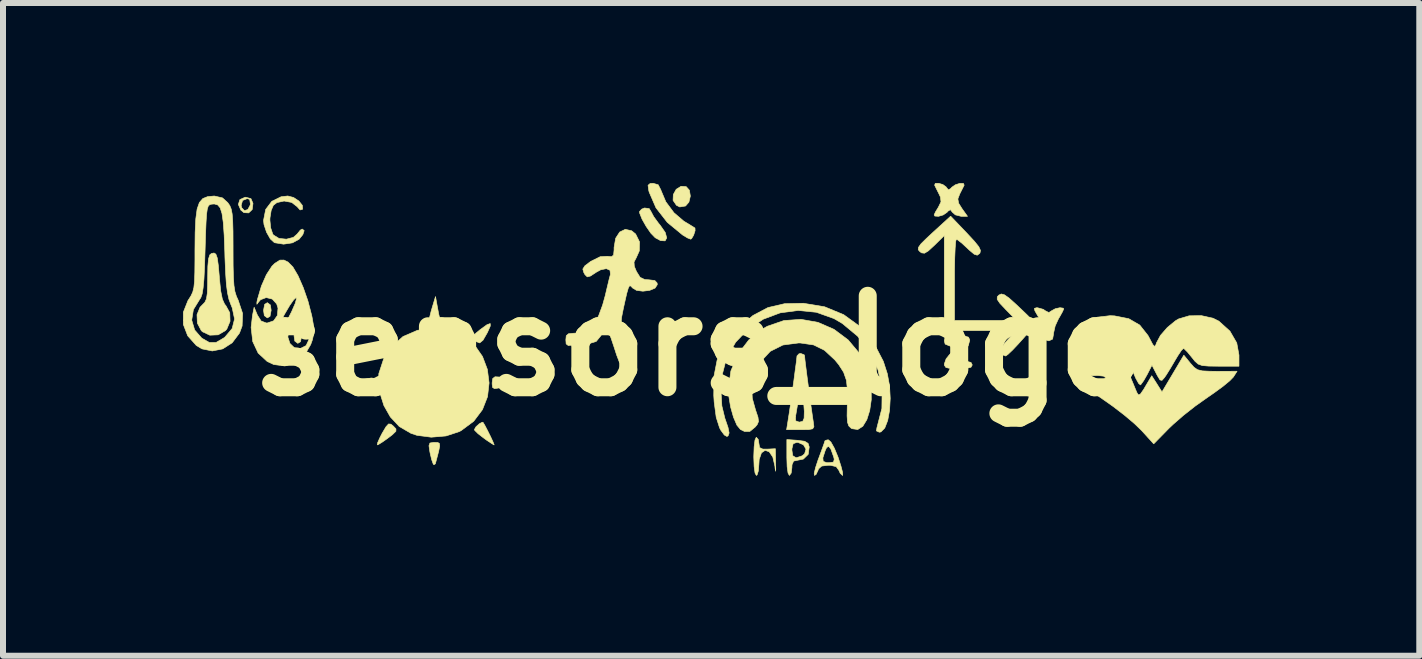
<source format=kicad_pcb>
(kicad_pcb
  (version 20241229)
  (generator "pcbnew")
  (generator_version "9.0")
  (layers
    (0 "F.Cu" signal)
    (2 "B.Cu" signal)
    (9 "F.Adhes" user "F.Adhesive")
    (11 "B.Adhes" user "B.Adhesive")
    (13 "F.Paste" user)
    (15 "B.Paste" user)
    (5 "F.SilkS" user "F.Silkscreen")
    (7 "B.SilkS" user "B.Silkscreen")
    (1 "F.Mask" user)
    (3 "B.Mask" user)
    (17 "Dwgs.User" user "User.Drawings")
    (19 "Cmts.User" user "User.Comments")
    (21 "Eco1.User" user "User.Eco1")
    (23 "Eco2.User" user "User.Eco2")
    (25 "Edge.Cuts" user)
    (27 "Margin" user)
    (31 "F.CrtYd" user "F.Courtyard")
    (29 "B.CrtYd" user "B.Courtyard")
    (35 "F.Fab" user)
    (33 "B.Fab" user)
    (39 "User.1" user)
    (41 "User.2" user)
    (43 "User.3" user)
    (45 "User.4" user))
  (footprint "sensors_logo"
    (layer "F.Cu")
    (at 8.581 2.714)
    (property "Reference" "sensors_logo" (at 0 0 0) (layer "F.SilkS") (effects (font (size 1.524 1.524) (thickness 0.3))))
    (attr through_hole)
    (fp_poly (pts (xy -7.125 -0.682) (xy -7.112 -0.593) (xy -7.131 -0.492) (xy -7.176 -0.466) (xy -7.226 -0.504) (xy -7.239 -0.593) (xy -7.22 -0.693) (xy -7.176 -0.72) (xy -7.125 -0.682)) (stroke (width 0.01) (type solid)) (fill yes) (layer "F.SilkS"))
    (fp_poly (pts (xy -6.617 -0.258) (xy -6.604 -0.169) (xy -6.623 -0.069) (xy -6.668 -0.042) (xy -6.718 -0.08) (xy -6.731 -0.169) (xy -6.712 -0.27) (xy -6.668 -0.296) (xy -6.617 -0.258)) (stroke (width 0.01) (type solid)) (fill yes) (layer "F.SilkS"))
    (fp_poly (pts (xy -3.296 0.52) (xy -3.154 0.556) (xy -2.985 0.603) (xy -3.175 0.661) (xy -3.313 0.701) (xy -3.389 0.713) (xy -3.422 0.693) (xy -3.429 0.638) (xy -3.429 0.614) (xy -3.42 0.545) (xy -3.381 0.515) (xy -3.296 0.52)) (stroke (width 0.01) (type solid)) (fill yes) (layer "F.SilkS"))
    (fp_poly (pts (xy -0.196 -2.654) (xy -0.142 -2.594) (xy -0.126 -2.496) (xy -0.15 -2.396) (xy -0.206 -2.331) (xy -0.303 -2.315) (xy -0.358 -2.343) (xy -0.414 -2.425) (xy -0.41 -2.522) (xy -0.362 -2.609) (xy -0.281 -2.659) (xy -0.196 -2.654)) (stroke (width 0.01) (type solid)) (fill yes) (layer "F.SilkS"))
    (fp_poly (pts (xy -3.46 -0.331) (xy -3.507 -0.225) (xy -3.514 -0.212) (xy -3.582 -0.094) (xy -3.637 -0.049) (xy -3.692 -0.07) (xy -3.722 -0.102) (xy -3.741 -0.151) (xy -3.705 -0.207) (xy -3.628 -0.271) (xy -3.516 -0.352) (xy -3.461 -0.372) (xy -3.46 -0.331)) (stroke (width 0.01) (type solid)) (fill yes) (layer "F.SilkS"))
    (fp_poly (pts (xy -5.392 0.542) (xy -5.377 0.584) (xy -5.376 0.618) (xy -5.39 0.686) (xy -5.44 0.713) (xy -5.542 0.703) (xy -5.673 0.668) (xy -5.755 0.641) (xy -5.779 0.62) (xy -5.736 0.599) (xy -5.621 0.57) (xy -5.556 0.556) (xy -5.444 0.535) (xy -5.392 0.542)) (stroke (width 0.01) (type solid)) (fill yes) (layer "F.SilkS"))
    (fp_poly (pts (xy -5.298 -0.357) (xy -5.197 -0.283) (xy -5.172 -0.262) (xy -5.087 -0.187) (xy -5.06 -0.141) (xy -5.083 -0.1) (xy -5.111 -0.073) (xy -5.161 -0.036) (xy -5.198 -0.043) (xy -5.24 -0.106) (xy -5.283 -0.191) (xy -5.337 -0.314) (xy -5.343 -0.368) (xy -5.298 -0.357)) (stroke (width 0.01) (type solid)) (fill yes) (layer "F.SilkS"))
    (fp_poly (pts (xy -4.343 -0.655) (xy -4.319 -0.527) (xy -4.295 -0.426) (xy -4.292 -0.413) (xy -4.295 -0.357) (xy -4.361 -0.339) (xy -4.379 -0.339) (xy -4.459 -0.356) (xy -4.487 -0.392) (xy -4.475 -0.462) (xy -4.446 -0.578) (xy -4.43 -0.633) (xy -4.373 -0.822) (xy -4.343 -0.655)) (stroke (width 0.01) (type solid)) (fill yes) (layer "F.SilkS"))
    (fp_poly (pts (xy -5.116 1.305) (xy -5.076 1.337) (xy -5.032 1.384) (xy -5.033 1.423) (xy -5.088 1.477) (xy -5.155 1.529) (xy -5.254 1.6) (xy -5.325 1.644) (xy -5.342 1.65) (xy -5.339 1.618) (xy -5.302 1.534) (xy -5.263 1.458) (xy -5.198 1.348) (xy -5.155 1.301) (xy -5.116 1.305)) (stroke (width 0.01) (type solid)) (fill yes) (layer "F.SilkS"))
    (fp_poly (pts (xy -4.337 1.61) (xy -4.309 1.625) (xy -4.303 1.669) (xy -4.321 1.759) (xy -4.361 1.91) (xy -4.376 1.966) (xy -4.4 1.981) (xy -4.412 1.966) (xy -4.436 1.9) (xy -4.462 1.791) (xy -4.467 1.767) (xy -4.482 1.664) (xy -4.466 1.619) (xy -4.407 1.609) (xy -4.39 1.609) (xy -4.337 1.61)) (stroke (width 0.01) (type solid)) (fill yes) (layer "F.SilkS"))
    (fp_poly (pts (xy -3.581 1.275) (xy -3.553 1.321) (xy -3.507 1.409) (xy -3.456 1.511) (xy -3.415 1.6) (xy -3.396 1.648) (xy -3.397 1.651) (xy -3.435 1.629) (xy -3.519 1.573) (xy -3.567 1.538) (xy -3.662 1.465) (xy -3.718 1.41) (xy -3.725 1.395) (xy -3.699 1.349) (xy -3.643 1.298) (xy -3.593 1.272) (xy -3.581 1.275)) (stroke (width 0.01) (type solid)) (fill yes) (layer "F.SilkS"))
    (fp_poly (pts (xy -0.812 -2.288) (xy -0.781 -2.237) (xy -0.737 -2.154) (xy -0.659 -2.047) (xy -0.627 -2.008) (xy -0.544 -1.889) (xy -0.52 -1.799) (xy -0.547 -1.75) (xy -0.622 -1.754) (xy -0.711 -1.802) (xy -0.783 -1.876) (xy -0.862 -1.99) (xy -0.931 -2.112) (xy -0.971 -2.213) (xy -0.974 -2.237) (xy -0.938 -2.278) (xy -0.89 -2.298) (xy -0.812 -2.288)) (stroke (width 0.01) (type solid)) (fill yes) (layer "F.SilkS"))
    (fp_poly (pts (xy -7.449 -2.454) (xy -7.415 -2.375) (xy -7.428 -2.272) (xy -7.487 -2.216) (xy -7.566 -2.22) (xy -7.618 -2.263) (xy -7.652 -2.341) (xy -7.612 -2.341) (xy -7.603 -2.302) (xy -7.557 -2.254) (xy -7.501 -2.272) (xy -7.462 -2.345) (xy -7.458 -2.363) (xy -7.47 -2.44) (xy -7.509 -2.455) (xy -7.589 -2.423) (xy -7.612 -2.341) (xy -7.652 -2.341) (xy -7.659 -2.358) (xy -7.633 -2.438) (xy -7.548 -2.476) (xy -7.535 -2.477) (xy -7.449 -2.454)) (stroke (width 0.01) (type solid)) (fill yes) (layer "F.SilkS"))
    (fp_poly (pts (xy -0.662 -2.685) (xy -0.617 -2.598) (xy -0.616 -2.593) (xy -0.535 -2.401) (xy -0.399 -2.218) (xy -0.235 -2.078) (xy -0.225 -2.072) (xy -0.124 -2.011) (xy -0.06 -1.971) (xy -0.049 -1.964) (xy -0.047 -1.92) (xy -0.071 -1.846) (xy -0.105 -1.788) (xy -0.12 -1.778) (xy -0.174 -1.799) (xy -0.255 -1.848) (xy -0.51 -2.058) (xy -0.699 -2.301) (xy -0.813 -2.564) (xy -0.82 -2.593) (xy -0.831 -2.676) (xy -0.796 -2.706) (xy -0.746 -2.709) (xy -0.662 -2.685)) (stroke (width 0.01) (type solid)) (fill yes) (layer "F.SilkS"))
    (fp_poly (pts (xy -4.12 -0.259) (xy -3.899 -0.16) (xy -3.721 -0.011) (xy -3.59 0.177) (xy -3.509 0.391) (xy -3.48 0.618) (xy -3.506 0.846) (xy -3.591 1.063) (xy -3.736 1.256) (xy -3.946 1.412) (xy -3.978 1.429) (xy -4.197 1.501) (xy -4.444 1.522) (xy -4.682 1.491) (xy -4.783 1.457) (xy -4.977 1.344) (xy -5.126 1.184) (xy -5.233 0.995) (xy -5.318 0.727) (xy -5.318 0.463) (xy -5.235 0.21) (xy -5.109 0.018) (xy -4.914 -0.156) (xy -4.673 -0.26) (xy -4.384 -0.295) (xy -4.381 -0.295) (xy -4.12 -0.259)) (stroke (width 0.01) (type solid)) (fill yes) (layer "F.SilkS"))
    (fp_poly (pts (xy 6.089 -0.628) (xy 6.096 -0.615) (xy 6.076 -0.569) (xy 6.027 -0.481) (xy 6.011 -0.456) (xy 5.954 -0.332) (xy 5.927 -0.212) (xy 5.927 -0.201) (xy 5.911 -0.113) (xy 5.852 -0.085) (xy 5.842 -0.085) (xy 5.781 -0.104) (xy 5.759 -0.175) (xy 5.757 -0.217) (xy 5.734 -0.343) (xy 5.679 -0.477) (xy 5.669 -0.492) (xy 5.616 -0.584) (xy 5.607 -0.624) (xy 5.641 -0.635) (xy 5.661 -0.635) (xy 5.755 -0.609) (xy 5.791 -0.584) (xy 5.849 -0.555) (xy 5.893 -0.584) (xy 5.956 -0.619) (xy 6.034 -0.636) (xy 6.089 -0.628)) (stroke (width 0.01) (type solid)) (fill yes) (layer "F.SilkS"))
    (fp_poly (pts (xy 1.006 1.56) (xy 1.016 1.625) (xy 1.028 1.695) (xy 1.081 1.72) (xy 1.154 1.721) (xy 1.291 1.714) (xy 1.296 1.947) (xy 1.297 2.059) (xy 1.294 2.089) (xy 1.286 2.037) (xy 1.283 2.004) (xy 1.248 1.853) (xy 1.188 1.765) (xy 1.12 1.741) (xy 1.059 1.783) (xy 1.021 1.893) (xy 1.016 1.973) (xy 1.007 2.085) (xy 0.986 2.151) (xy 0.974 2.159) (xy 0.952 2.12) (xy 0.937 2.013) (xy 0.931 1.856) (xy 0.931 1.841) (xy 0.937 1.682) (xy 0.951 1.57) (xy 0.972 1.524) (xy 0.974 1.524) (xy 1.006 1.56)) (stroke (width 0.01) (type solid)) (fill yes) (layer "F.SilkS"))
    (fp_poly (pts (xy -8.033 -1.528) (xy -8.01 -1.464) (xy -7.993 -1.343) (xy -7.976 -1.153) (xy -7.974 -1.12) (xy -7.953 -0.915) (xy -7.925 -0.778) (xy -7.887 -0.694) (xy -7.867 -0.671) (xy -7.802 -0.552) (xy -7.797 -0.41) (xy -7.851 -0.28) (xy -7.874 -0.254) (xy -7.995 -0.184) (xy -8.134 -0.178) (xy -8.256 -0.235) (xy -8.277 -0.255) (xy -8.342 -0.379) (xy -8.348 -0.52) (xy -8.297 -0.644) (xy -8.262 -0.68) (xy -8.218 -0.725) (xy -8.19 -0.784) (xy -8.176 -0.878) (xy -8.171 -1.027) (xy -8.17 -1.135) (xy -8.167 -1.327) (xy -8.156 -1.449) (xy -8.135 -1.516) (xy -8.108 -1.539) (xy -8.064 -1.548) (xy -8.033 -1.528)) (stroke (width 0.01) (type solid)) (fill yes) (layer "F.SilkS"))
    (fp_poly (pts (xy 4.446 -0.164) (xy 4.509 -0.145) (xy 4.529 -0.103) (xy 4.53 -0.09) (xy 4.504 -0.002) (xy 4.445 0.096) (xy 4.378 0.19) (xy 4.371 0.237) (xy 4.425 0.253) (xy 4.466 0.254) (xy 4.551 0.276) (xy 4.572 0.318) (xy 4.551 0.356) (xy 4.478 0.376) (xy 4.339 0.381) (xy 4.204 0.377) (xy 4.133 0.36) (xy 4.108 0.324) (xy 4.106 0.303) (xy 4.136 0.217) (xy 4.191 0.148) (xy 4.254 0.079) (xy 4.276 0.036) (xy 4.24 0.007) (xy 4.191 0) (xy 4.12 -0.03) (xy 4.106 -0.085) (xy 4.117 -0.135) (xy 4.165 -0.161) (xy 4.269 -0.169) (xy 4.318 -0.169) (xy 4.446 -0.164)) (stroke (width 0.01) (type solid)) (fill yes) (layer "F.SilkS"))
    (fp_poly (pts (xy 1.662 1.574) (xy 1.779 1.59) (xy 1.836 1.625) (xy 1.855 1.685) (xy 1.838 1.808) (xy 1.757 1.887) (xy 1.667 1.905) (xy 1.595 1.92) (xy 1.568 1.981) (xy 1.566 2.032) (xy 1.554 2.121) (xy 1.525 2.159) (xy 1.524 2.159) (xy 1.502 2.12) (xy 1.487 2.015) (xy 1.482 1.862) (xy 1.482 1.86) (xy 1.482 1.736) (xy 1.566 1.736) (xy 1.58 1.83) (xy 1.631 1.862) (xy 1.646 1.863) (xy 1.739 1.832) (xy 1.778 1.799) (xy 1.801 1.72) (xy 1.759 1.649) (xy 1.67 1.61) (xy 1.646 1.609) (xy 1.587 1.631) (xy 1.567 1.712) (xy 1.566 1.736) (xy 1.482 1.736) (xy 1.482 1.561) (xy 1.662 1.574)) (stroke (width 0.01) (type solid)) (fill yes) (layer "F.SilkS"))
    (fp_poly (pts (xy 4.083 -2.688) (xy 4.136 -2.649) (xy 4.139 -2.643) (xy 4.175 -2.599) (xy 4.215 -2.624) (xy 4.231 -2.643) (xy 4.29 -2.684) (xy 4.364 -2.708) (xy 4.424 -2.708) (xy 4.437 -2.679) (xy 4.437 -2.678) (xy 4.408 -2.62) (xy 4.364 -2.533) (xy 4.332 -2.449) (xy 4.345 -2.377) (xy 4.4 -2.289) (xy 4.493 -2.159) (xy 4.386 -2.159) (xy 4.291 -2.183) (xy 4.243 -2.225) (xy 4.207 -2.27) (xy 4.167 -2.244) (xy 4.151 -2.225) (xy 4.088 -2.182) (xy 4.01 -2.159) (xy 3.949 -2.163) (xy 3.937 -2.182) (xy 3.958 -2.23) (xy 4.007 -2.31) (xy 4.051 -2.4) (xy 4.042 -2.48) (xy 4.018 -2.531) (xy 3.972 -2.623) (xy 3.945 -2.678) (xy 3.956 -2.708) (xy 4.013 -2.709) (xy 4.083 -2.688)) (stroke (width 0.01) (type solid)) (fill yes) (layer "F.SilkS"))
    (fp_poly (pts (xy -6.739 -2.473) (xy -6.65 -2.414) (xy -6.592 -2.341) (xy -6.588 -2.277) (xy -6.589 -2.277) (xy -6.63 -2.265) (xy -6.68 -2.321) (xy -6.771 -2.391) (xy -6.896 -2.414) (xy -7.016 -2.388) (xy -7.075 -2.343) (xy -7.112 -2.257) (xy -7.132 -2.131) (xy -7.133 -2.095) (xy -7.12 -1.966) (xy -7.086 -1.865) (xy -7.075 -1.848) (xy -6.982 -1.791) (xy -6.858 -1.778) (xy -6.742 -1.808) (xy -6.679 -1.863) (xy -6.626 -1.929) (xy -6.594 -1.947) (xy -6.562 -1.921) (xy -6.584 -1.855) (xy -6.646 -1.778) (xy -6.757 -1.717) (xy -6.905 -1.695) (xy -7.049 -1.718) (xy -7.06 -1.722) (xy -7.126 -1.783) (xy -7.189 -1.894) (xy -7.231 -2.02) (xy -7.239 -2.091) (xy -7.203 -2.274) (xy -7.101 -2.409) (xy -6.946 -2.485) (xy -6.835 -2.498) (xy -6.739 -2.473)) (stroke (width 0.01) (type solid)) (fill yes) (layer "F.SilkS"))
    (fp_poly (pts (xy 2.217 1.604) (xy 2.274 1.706) (xy 2.336 1.856) (xy 2.338 1.863) (xy 2.384 2.004) (xy 2.411 2.109) (xy 2.413 2.158) (xy 2.41 2.159) (xy 2.372 2.124) (xy 2.349 2.074) (xy 2.305 2.013) (xy 2.208 1.99) (xy 2.173 1.99) (xy 2.063 2.003) (xy 2.01 2.05) (xy 2.002 2.074) (xy 1.969 2.143) (xy 1.943 2.159) (xy 1.938 2.123) (xy 1.961 2.028) (xy 2.005 1.894) (xy 2.011 1.879) (xy 2.016 1.866) (xy 2.082 1.866) (xy 2.088 1.925) (xy 2.144 1.946) (xy 2.183 1.947) (xy 2.26 1.937) (xy 2.272 1.889) (xy 2.263 1.852) (xy 2.217 1.723) (xy 2.179 1.672) (xy 2.143 1.697) (xy 2.12 1.749) (xy 2.082 1.866) (xy 2.016 1.866) (xy 2.063 1.738) (xy 2.101 1.633) (xy 2.117 1.583) (xy 2.117 1.582) (xy 2.151 1.568) (xy 2.175 1.566) (xy 2.217 1.604)) (stroke (width 0.01) (type solid)) (fill yes) (layer "F.SilkS"))
    (fp_poly (pts (xy 1.771 0.149) (xy 1.778 0.168) (xy 1.783 0.226) (xy 1.798 0.347) (xy 1.819 0.512) (xy 1.844 0.701) (xy 1.869 0.894) (xy 1.894 1.069) (xy 1.914 1.209) (xy 1.925 1.281) (xy 1.933 1.347) (xy 1.913 1.382) (xy 1.848 1.395) (xy 1.717 1.397) (xy 1.478 1.397) (xy 1.5 1.259) (xy 1.513 1.175) (xy 1.627 1.175) (xy 1.628 1.249) (xy 1.686 1.27) (xy 1.693 1.27) (xy 1.747 1.258) (xy 1.77 1.206) (xy 1.773 1.093) (xy 1.773 1.09) (xy 1.762 0.941) (xy 1.742 0.804) (xy 1.738 0.783) (xy 1.719 0.716) (xy 1.706 0.71) (xy 1.691 0.775) (xy 1.677 0.868) (xy 1.655 1.012) (xy 1.634 1.136) (xy 1.627 1.175) (xy 1.513 1.175) (xy 1.52 1.132) (xy 1.545 0.963) (xy 1.572 0.772) (xy 1.599 0.578) (xy 1.622 0.402) (xy 1.641 0.263) (xy 1.65 0.18) (xy 1.651 0.168) (xy 1.685 0.132) (xy 1.714 0.127) (xy 1.771 0.149)) (stroke (width 0.01) (type solid)) (fill yes) (layer "F.SilkS"))
    (fp_poly (pts (xy 2.112 -0.651) (xy 2.429 -0.52) (xy 2.703 -0.321) (xy 2.925 -0.06) (xy 3.09 0.258) (xy 3.157 0.466) (xy 3.194 0.668) (xy 3.205 0.875) (xy 3.194 1.073) (xy 3.163 1.243) (xy 3.114 1.369) (xy 3.05 1.434) (xy 3.023 1.439) (xy 2.975 1.417) (xy 2.983 1.365) (xy 3.066 1.043) (xy 3.07 0.717) (xy 3.001 0.399) (xy 2.865 0.103) (xy 2.665 -0.158) (xy 2.407 -0.373) (xy 2.267 -0.455) (xy 1.973 -0.56) (xy 1.67 -0.59) (xy 1.37 -0.55) (xy 1.088 -0.444) (xy 0.836 -0.279) (xy 0.628 -0.06) (xy 0.478 0.209) (xy 0.469 0.233) (xy 0.407 0.473) (xy 0.384 0.741) (xy 0.399 1.001) (xy 0.449 1.206) (xy 0.502 1.36) (xy 0.52 1.452) (xy 0.503 1.499) (xy 0.484 1.51) (xy 0.44 1.485) (xy 0.382 1.406) (xy 0.361 1.366) (xy 0.305 1.191) (xy 0.271 0.936) (xy 0.264 0.826) (xy 0.268 0.505) (xy 0.32 0.238) (xy 0.427 0.004) (xy 0.597 -0.219) (xy 0.674 -0.3) (xy 0.917 -0.506) (xy 1.167 -0.638) (xy 1.445 -0.703) (xy 1.757 -0.71) (xy 2.112 -0.651)) (stroke (width 0.01) (type solid)) (fill yes) (layer "F.SilkS"))
    (fp_poly (pts (xy 2 -0.392) (xy 2.267 -0.276) (xy 2.504 -0.099) (xy 2.698 0.132) (xy 2.798 0.317) (xy 2.859 0.503) (xy 2.888 0.702) (xy 2.889 0.898) (xy 2.863 1.078) (xy 2.815 1.23) (xy 2.748 1.34) (xy 2.664 1.394) (xy 2.567 1.38) (xy 2.551 1.37) (xy 2.514 1.334) (xy 2.493 1.273) (xy 2.486 1.167) (xy 2.489 0.997) (xy 2.491 0.968) (xy 2.493 0.742) (xy 2.475 0.574) (xy 2.428 0.439) (xy 2.347 0.313) (xy 2.283 0.235) (xy 2.11 0.074) (xy 1.927 -0.016) (xy 1.707 -0.048) (xy 1.672 -0.048) (xy 1.415 -0.014) (xy 1.206 0.091) (xy 1.042 0.267) (xy 0.955 0.433) (xy 0.896 0.649) (xy 0.906 0.874) (xy 0.96 1.067) (xy 1.001 1.189) (xy 1.01 1.261) (xy 0.987 1.314) (xy 0.954 1.353) (xy 0.865 1.426) (xy 0.776 1.426) (xy 0.71 1.394) (xy 0.65 1.322) (xy 0.593 1.189) (xy 0.545 1.02) (xy 0.515 0.84) (xy 0.508 0.72) (xy 0.549 0.419) (xy 0.665 0.142) (xy 0.848 -0.099) (xy 1.09 -0.289) (xy 1.158 -0.327) (xy 1.433 -0.422) (xy 1.718 -0.442) (xy 2 -0.392)) (stroke (width 0.01) (type solid)) (fill yes) (layer "F.SilkS"))
    (fp_poly (pts (xy 8.208 0.29) (xy 8.268 0.357) (xy 8.325 0.397) (xy 8.405 0.417) (xy 8.529 0.423) (xy 8.652 0.424) (xy 8.985 0.423) (xy 8.924 0.519) (xy 8.864 0.581) (xy 8.75 0.675) (xy 8.601 0.784) (xy 8.485 0.864) (xy 8.29 1.002) (xy 8.089 1.16) (xy 7.914 1.313) (xy 7.851 1.373) (xy 7.596 1.633) (xy 7.394 1.411) (xy 7.274 1.295) (xy 7.107 1.154) (xy 6.917 1.008) (xy 6.771 0.905) (xy 6.608 0.792) (xy 6.474 0.694) (xy 6.384 0.621) (xy 6.35 0.585) (xy 6.35 0.585) (xy 6.388 0.564) (xy 6.484 0.552) (xy 6.539 0.55) (xy 6.663 0.557) (xy 6.734 0.589) (xy 6.787 0.663) (xy 6.797 0.681) (xy 6.845 0.764) (xy 6.875 0.798) (xy 6.878 0.798) (xy 6.9 0.754) (xy 6.945 0.654) (xy 6.998 0.529) (xy 7.105 0.275) (xy 7.194 0.487) (xy 7.251 0.623) (xy 7.298 0.737) (xy 7.316 0.779) (xy 7.341 0.818) (xy 7.374 0.804) (xy 7.427 0.728) (xy 7.456 0.679) (xy 7.563 0.498) (xy 7.649 0.633) (xy 7.734 0.768) (xy 7.916 0.462) (xy 8.098 0.155) (xy 8.208 0.29)) (stroke (width 0.01) (type solid)) (fill yes) (layer "F.SilkS"))
    (fp_poly (pts (xy 4.479 -1.882) (xy 4.607 -1.744) (xy 4.681 -1.652) (xy 4.709 -1.591) (xy 4.701 -1.549) (xy 4.695 -1.54) (xy 4.655 -1.511) (xy 4.605 -1.527) (xy 4.524 -1.595) (xy 4.489 -1.628) (xy 4.396 -1.714) (xy 4.326 -1.768) (xy 4.306 -1.778) (xy 4.296 -1.738) (xy 4.287 -1.628) (xy 4.28 -1.461) (xy 4.276 -1.252) (xy 4.276 -1.101) (xy 4.276 -0.423) (xy 5.309 -0.423) (xy 5.129 -0.607) (xy 5.031 -0.711) (xy 4.988 -0.775) (xy 4.989 -0.818) (xy 5.015 -0.846) (xy 5.056 -0.865) (xy 5.108 -0.851) (xy 5.186 -0.796) (xy 5.304 -0.69) (xy 5.345 -0.651) (xy 5.466 -0.536) (xy 5.561 -0.443) (xy 5.614 -0.387) (xy 5.621 -0.379) (xy 5.6 -0.339) (xy 5.536 -0.256) (xy 5.444 -0.149) (xy 5.342 -0.035) (xy 5.245 0.068) (xy 5.168 0.141) (xy 5.129 0.169) (xy 5.073 0.148) (xy 5.044 0.132) (xy 5.022 0.096) (xy 5.05 0.034) (xy 5.135 -0.069) (xy 5.144 -0.079) (xy 5.302 -0.254) (xy 4.106 -0.254) (xy 4.106 -1.838) (xy 3.939 -1.674) (xy 3.839 -1.582) (xy 3.776 -1.544) (xy 3.728 -1.55) (xy 3.7 -1.57) (xy 3.672 -1.602) (xy 3.676 -1.642) (xy 3.718 -1.701) (xy 3.81 -1.792) (xy 3.921 -1.895) (xy 4.212 -2.161) (xy 4.479 -1.882)) (stroke (width 0.01) (type solid)) (fill yes) (layer "F.SilkS"))
    (fp_poly (pts (xy 8.584 -0.461) (xy 8.682 -0.412) (xy 8.866 -0.246) (xy 8.98 -0.049) (xy 9.017 0.154) (xy 9.017 0.339) (xy 8.68 0.339) (xy 8.512 0.337) (xy 8.405 0.328) (xy 8.336 0.303) (xy 8.283 0.256) (xy 8.231 0.191) (xy 8.157 0.101) (xy 8.103 0.048) (xy 8.091 0.042) (xy 8.057 0.076) (xy 7.999 0.163) (xy 7.951 0.243) (xy 7.874 0.374) (xy 7.805 0.485) (xy 7.776 0.527) (xy 7.734 0.575) (xy 7.701 0.568) (xy 7.657 0.496) (xy 7.641 0.465) (xy 7.567 0.322) (xy 7.488 0.476) (xy 7.43 0.578) (xy 7.383 0.643) (xy 7.375 0.651) (xy 7.344 0.625) (xy 7.296 0.538) (xy 7.241 0.408) (xy 7.238 0.4) (xy 7.183 0.264) (xy 7.137 0.166) (xy 7.108 0.127) (xy 7.108 0.127) (xy 7.078 0.163) (xy 7.03 0.256) (xy 6.985 0.36) (xy 6.918 0.509) (xy 6.867 0.581) (xy 6.827 0.579) (xy 6.803 0.537) (xy 6.762 0.505) (xy 6.663 0.494) (xy 6.528 0.499) (xy 6.383 0.506) (xy 6.299 0.497) (xy 6.251 0.466) (xy 6.222 0.422) (xy 6.185 0.279) (xy 6.194 0.1) (xy 6.244 -0.083) (xy 6.325 -0.231) (xy 6.479 -0.391) (xy 6.653 -0.478) (xy 6.868 -0.503) (xy 6.942 -0.5) (xy 7.18 -0.453) (xy 7.363 -0.347) (xy 7.5 -0.174) (xy 7.527 -0.124) (xy 7.58 -0.023) (xy 7.61 0.01) (xy 7.631 -0.016) (xy 7.642 -0.05) (xy 7.709 -0.175) (xy 7.824 -0.307) (xy 7.959 -0.418) (xy 8.009 -0.448) (xy 8.186 -0.501) (xy 8.39 -0.504) (xy 8.584 -0.461)) (stroke (width 0.01) (type solid)) (fill yes) (layer "F.SilkS"))
    (fp_poly (pts (xy -6.83 -1.396) (xy -6.75 -1.315) (xy -6.664 -1.169) (xy -6.578 -0.973) (xy -6.499 -0.747) (xy -6.436 -0.506) (xy -6.43 -0.476) (xy -6.403 -0.321) (xy -6.401 -0.207) (xy -6.426 -0.097) (xy -6.453 -0.022) (xy -6.561 0.163) (xy -6.708 0.284) (xy -6.883 0.335) (xy -7.069 0.311) (xy -7.179 0.259) (xy -7.329 0.12) (xy -7.379 0.013) (xy -7.138 0.013) (xy -7.137 0.042) (xy -7.1 0.006) (xy -7.034 -0.09) (xy -7 -0.147) (xy -6.834 -0.147) (xy -6.799 -0.04) (xy -6.726 0.03) (xy -6.632 0.047) (xy -6.534 -0.002) (xy -6.528 -0.008) (xy -6.485 -0.1) (xy -6.482 -0.219) (xy -6.518 -0.319) (xy -6.528 -0.33) (xy -6.627 -0.381) (xy -6.732 -0.365) (xy -6.809 -0.291) (xy -6.816 -0.275) (xy -6.834 -0.147) (xy -7 -0.147) (xy -6.95 -0.231) (xy -6.867 -0.382) (xy -6.771 -0.57) (xy -6.711 -0.708) (xy -6.689 -0.788) (xy -6.697 -0.804) (xy -6.737 -0.768) (xy -6.804 -0.672) (xy -6.888 -0.529) (xy -6.967 -0.381) (xy -7.049 -0.213) (xy -7.108 -0.077) (xy -7.138 0.013) (xy -7.379 0.013) (xy -7.419 -0.072) (xy -7.446 -0.307) (xy -7.423 -0.507) (xy -7.396 -0.644) (xy -7.341 -0.512) (xy -7.279 -0.414) (xy -7.194 -0.382) (xy -7.177 -0.381) (xy -7.071 -0.417) (xy -7.008 -0.507) (xy -6.998 -0.629) (xy -7.02 -0.699) (xy -7.093 -0.78) (xy -7.194 -0.805) (xy -7.289 -0.769) (xy -7.322 -0.73) (xy -7.35 -0.693) (xy -7.35 -0.727) (xy -7.34 -0.776) (xy -7.275 -0.996) (xy -7.191 -1.187) (xy -7.099 -1.328) (xy -7.051 -1.375) (xy -6.966 -1.429) (xy -6.899 -1.43) (xy -6.83 -1.396)) (stroke (width 0.01) (type solid)) (fill yes) (layer "F.SilkS"))
    (fp_poly (pts (xy -7.923 -2.466) (xy -7.835 -2.386) (xy -7.801 -2.337) (xy -7.778 -2.28) (xy -7.762 -2.199) (xy -7.753 -2.081) (xy -7.748 -1.91) (xy -7.747 -1.673) (xy -7.747 -1.601) (xy -7.746 -1.339) (xy -7.741 -1.147) (xy -7.732 -1.007) (xy -7.716 -0.905) (xy -7.691 -0.825) (xy -7.662 -0.762) (xy -7.588 -0.54) (xy -7.596 -0.331) (xy -7.64 -0.213) (xy -7.762 -0.051) (xy -7.919 0.05) (xy -8.093 0.085) (xy -8.265 0.05) (xy -8.36 -0.007) (xy -8.503 -0.168) (xy -8.576 -0.358) (xy -8.576 -0.429) (xy -8.436 -0.429) (xy -8.387 -0.264) (xy -8.269 -0.129) (xy -8.144 -0.057) (xy -8.03 -0.057) (xy -7.903 -0.131) (xy -7.88 -0.149) (xy -7.762 -0.289) (xy -7.722 -0.448) (xy -7.761 -0.634) (xy -7.782 -0.685) (xy -7.815 -0.773) (xy -7.839 -0.881) (xy -7.858 -1.022) (xy -7.871 -1.214) (xy -7.882 -1.47) (xy -7.884 -1.555) (xy -7.895 -1.843) (xy -7.91 -2.056) (xy -7.931 -2.205) (xy -7.961 -2.299) (xy -8.003 -2.349) (xy -8.059 -2.365) (xy -8.103 -2.362) (xy -8.135 -2.354) (xy -8.159 -2.332) (xy -8.176 -2.283) (xy -8.188 -2.198) (xy -8.197 -2.062) (xy -8.205 -1.866) (xy -8.213 -1.602) (xy -8.222 -1.321) (xy -8.232 -1.113) (xy -8.246 -0.965) (xy -8.262 -0.866) (xy -8.284 -0.804) (xy -8.302 -0.777) (xy -8.408 -0.605) (xy -8.436 -0.429) (xy -8.576 -0.429) (xy -8.576 -0.56) (xy -8.499 -0.754) (xy -8.488 -0.771) (xy -8.448 -0.834) (xy -8.419 -0.896) (xy -8.4 -0.972) (xy -8.389 -1.078) (xy -8.384 -1.23) (xy -8.382 -1.442) (xy -8.382 -1.588) (xy -8.379 -1.889) (xy -8.368 -2.117) (xy -8.346 -2.28) (xy -8.308 -2.389) (xy -8.251 -2.455) (xy -8.171 -2.487) (xy -8.065 -2.497) (xy -8.057 -2.497) (xy -7.923 -2.466)) (stroke (width 0.01) (type solid)) (fill yes) (layer "F.SilkS"))
    (fp_poly (pts (xy -1.104 -1.918) (xy -1.038 -1.864) (xy -0.973 -1.733) (xy -0.977 -1.582) (xy -1.026 -1.472) (xy -1.065 -1.397) (xy -1.06 -1.325) (xy -1.024 -1.239) (xy -0.963 -1.142) (xy -0.885 -1.105) (xy -0.818 -1.101) (xy -0.718 -1.089) (xy -0.68 -1.048) (xy -0.677 -1.02) (xy -0.714 -0.963) (xy -0.804 -0.925) (xy -0.917 -0.911) (xy -1.023 -0.925) (xy -1.089 -0.965) (xy -1.118 -0.997) (xy -1.14 -1.001) (xy -1.16 -0.964) (xy -1.186 -0.875) (xy -1.221 -0.721) (xy -1.242 -0.625) (xy -1.272 -0.475) (xy -1.282 -0.363) (xy -1.27 -0.255) (xy -1.235 -0.118) (xy -1.206 -0.025) (xy -1.159 0.137) (xy -1.138 0.236) (xy -1.142 0.289) (xy -1.169 0.313) (xy -1.172 0.315) (xy -1.231 0.332) (xy -1.275 0.32) (xy -1.312 0.264) (xy -1.355 0.151) (xy -1.397 0.021) (xy -1.447 -0.128) (xy -1.489 -0.239) (xy -1.517 -0.294) (xy -1.521 -0.296) (xy -1.556 -0.263) (xy -1.61 -0.182) (xy -1.617 -0.169) (xy -1.695 -0.074) (xy -1.796 -0.043) (xy -1.813 -0.042) (xy -1.95 -0.033) (xy -2.069 -0.016) (xy -2.16 -0.005) (xy -2.196 -0.033) (xy -2.201 -0.101) (xy -2.194 -0.169) (xy -2.157 -0.202) (xy -2.068 -0.211) (xy -2.011 -0.212) (xy -1.889 -0.219) (xy -1.812 -0.253) (xy -1.744 -0.335) (xy -1.717 -0.377) (xy -1.652 -0.508) (xy -1.588 -0.681) (xy -1.546 -0.832) (xy -1.509 -0.988) (xy -1.478 -1.117) (xy -1.458 -1.191) (xy -1.465 -1.26) (xy -1.526 -1.287) (xy -1.62 -1.268) (xy -1.693 -1.228) (xy -1.79 -1.164) (xy -1.844 -1.15) (xy -1.882 -1.187) (xy -1.902 -1.223) (xy -1.918 -1.28) (xy -1.884 -1.334) (xy -1.789 -1.406) (xy -1.784 -1.409) (xy -1.628 -1.486) (xy -1.51 -1.493) (xy -1.438 -1.486) (xy -1.405 -1.515) (xy -1.397 -1.602) (xy -1.397 -1.64) (xy -1.371 -1.793) (xy -1.304 -1.897) (xy -1.21 -1.942) (xy -1.104 -1.918)) (stroke (width 0.01) (type solid)) (fill yes) (layer "F.SilkS")))
  (gr_rect
    (start -3 -3)
    (end 20.603 7.878)
    (stroke (width 0.1) (type default))
    (fill no)
    (layer "Edge.Cuts")))
</source>
